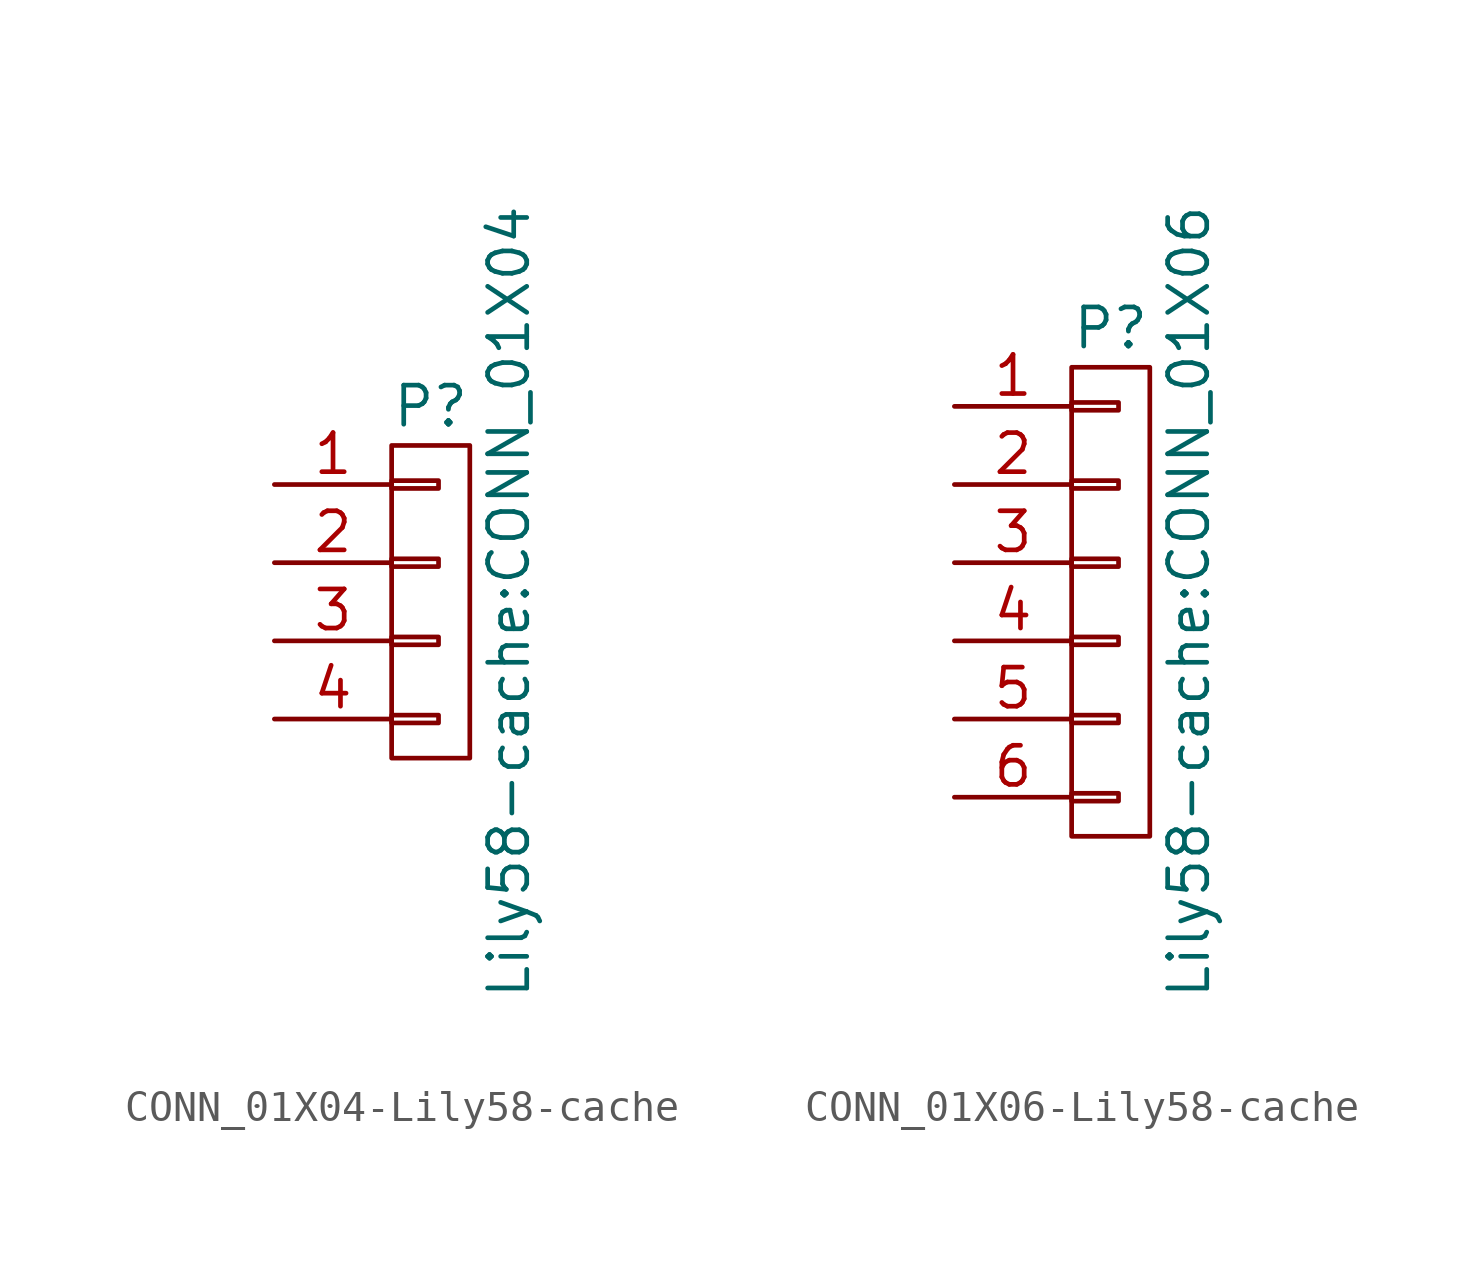
<source format=kicad_sym>
(kicad_symbol_lib
  (version 20220914)
  (generator kicad_symbol_editor)
  (symbol "CONN_01X04-Lily58-cache"
    (pin_names
      (offset 1.016) hide)
    (property "Reference" "P"
      (at 0 6.35 0)
      (effects (font (size 1.27 1.27))))
    (property "Value" "Lily58-cache:CONN_01X04"
      (at 2.54 0 90)
      (effects (font (size 1.27 1.27))))
    (property "Footprint" ""
      (at 0 0 0)
      (effects (font (size 1.27 1.27))))
    (property "Datasheet" ""
      (at 0 0 0)
      (effects (font (size 1.27 1.27))))
    (symbol "CONN_01X04-Lily58-cache_0_1"
      (rectangle (start -1.27 -3.683) (end 0.254 -3.937) (stroke (width 0) (type solid)) (fill (type none)))
      (rectangle (start -1.27 -1.143) (end 0.254 -1.397) (stroke (width 0) (type solid)) (fill (type none)))
      (rectangle (start -1.27 1.397) (end 0.254 1.143) (stroke (width 0) (type solid)) (fill (type none)))
      (rectangle (start -1.27 3.937) (end 0.254 3.683) (stroke (width 0) (type solid)) (fill (type none)))
      (rectangle (start -1.27 5.08) (end 1.27 -5.08) (stroke (width 0) (type solid)) (fill (type none))))
    (symbol "CONN_01X04-Lily58-cache_1_1"
      (pin passive line (at -5.08 3.81 0) (length 3.81) (name "P1" (effects (font (size 1.27 1.27)))) (number "1" (effects (font (size 1.27 1.27)))))
      (pin passive line (at -5.08 1.27 0) (length 3.81) (name "P2" (effects (font (size 1.27 1.27)))) (number "2" (effects (font (size 1.27 1.27)))))
      (pin passive line (at -5.08 -1.27 0) (length 3.81) (name "P3" (effects (font (size 1.27 1.27)))) (number "3" (effects (font (size 1.27 1.27)))))
      (pin passive line (at -5.08 -3.81 0) (length 3.81) (name "P4" (effects (font (size 1.27 1.27)))) (number "4" (effects (font (size 1.27 1.27)))))))
  (symbol "CONN_01X06-Lily58-cache"
    (pin_names
      (offset 1.016) hide)
    (property "Reference" "P"
      (at 0 8.89 0)
      (effects (font (size 1.27 1.27))))
    (property "Value" "Lily58-cache:CONN_01X06"
      (at 2.54 0 90)
      (effects (font (size 1.27 1.27))))
    (property "Footprint" ""
      (at 0 0 0)
      (effects (font (size 1.27 1.27))))
    (property "Datasheet" ""
      (at 0 0 0)
      (effects (font (size 1.27 1.27))))
    (symbol "CONN_01X06-Lily58-cache_0_1"
      (rectangle (start -1.27 -6.223) (end 0.254 -6.477) (stroke (width 0) (type solid)) (fill (type none)))
      (rectangle (start -1.27 -3.683) (end 0.254 -3.937) (stroke (width 0) (type solid)) (fill (type none)))
      (rectangle (start -1.27 -1.143) (end 0.254 -1.397) (stroke (width 0) (type solid)) (fill (type none)))
      (rectangle (start -1.27 1.397) (end 0.254 1.143) (stroke (width 0) (type solid)) (fill (type none)))
      (rectangle (start -1.27 3.937) (end 0.254 3.683) (stroke (width 0) (type solid)) (fill (type none)))
      (rectangle (start -1.27 6.477) (end 0.254 6.223) (stroke (width 0) (type solid)) (fill (type none)))
      (rectangle (start -1.27 7.62) (end 1.27 -7.62) (stroke (width 0) (type solid)) (fill (type none))))
    (symbol "CONN_01X06-Lily58-cache_1_1"
      (pin passive line (at -5.08 6.35 0) (length 3.81) (name "P1" (effects (font (size 1.27 1.27)))) (number "1" (effects (font (size 1.27 1.27)))))
      (pin passive line (at -5.08 3.81 0) (length 3.81) (name "P2" (effects (font (size 1.27 1.27)))) (number "2" (effects (font (size 1.27 1.27)))))
      (pin passive line (at -5.08 1.27 0) (length 3.81) (name "P3" (effects (font (size 1.27 1.27)))) (number "3" (effects (font (size 1.27 1.27)))))
      (pin passive line (at -5.08 -1.27 0) (length 3.81) (name "P4" (effects (font (size 1.27 1.27)))) (number "4" (effects (font (size 1.27 1.27)))))
      (pin passive line (at -5.08 -3.81 0) (length 3.81) (name "P5" (effects (font (size 1.27 1.27)))) (number "5" (effects (font (size 1.27 1.27)))))
      (pin passive line (at -5.08 -6.35 0) (length 3.81) (name "P6" (effects (font (size 1.27 1.27)))) (number "6" (effects (font (size 1.27 1.27))))))))
</source>
